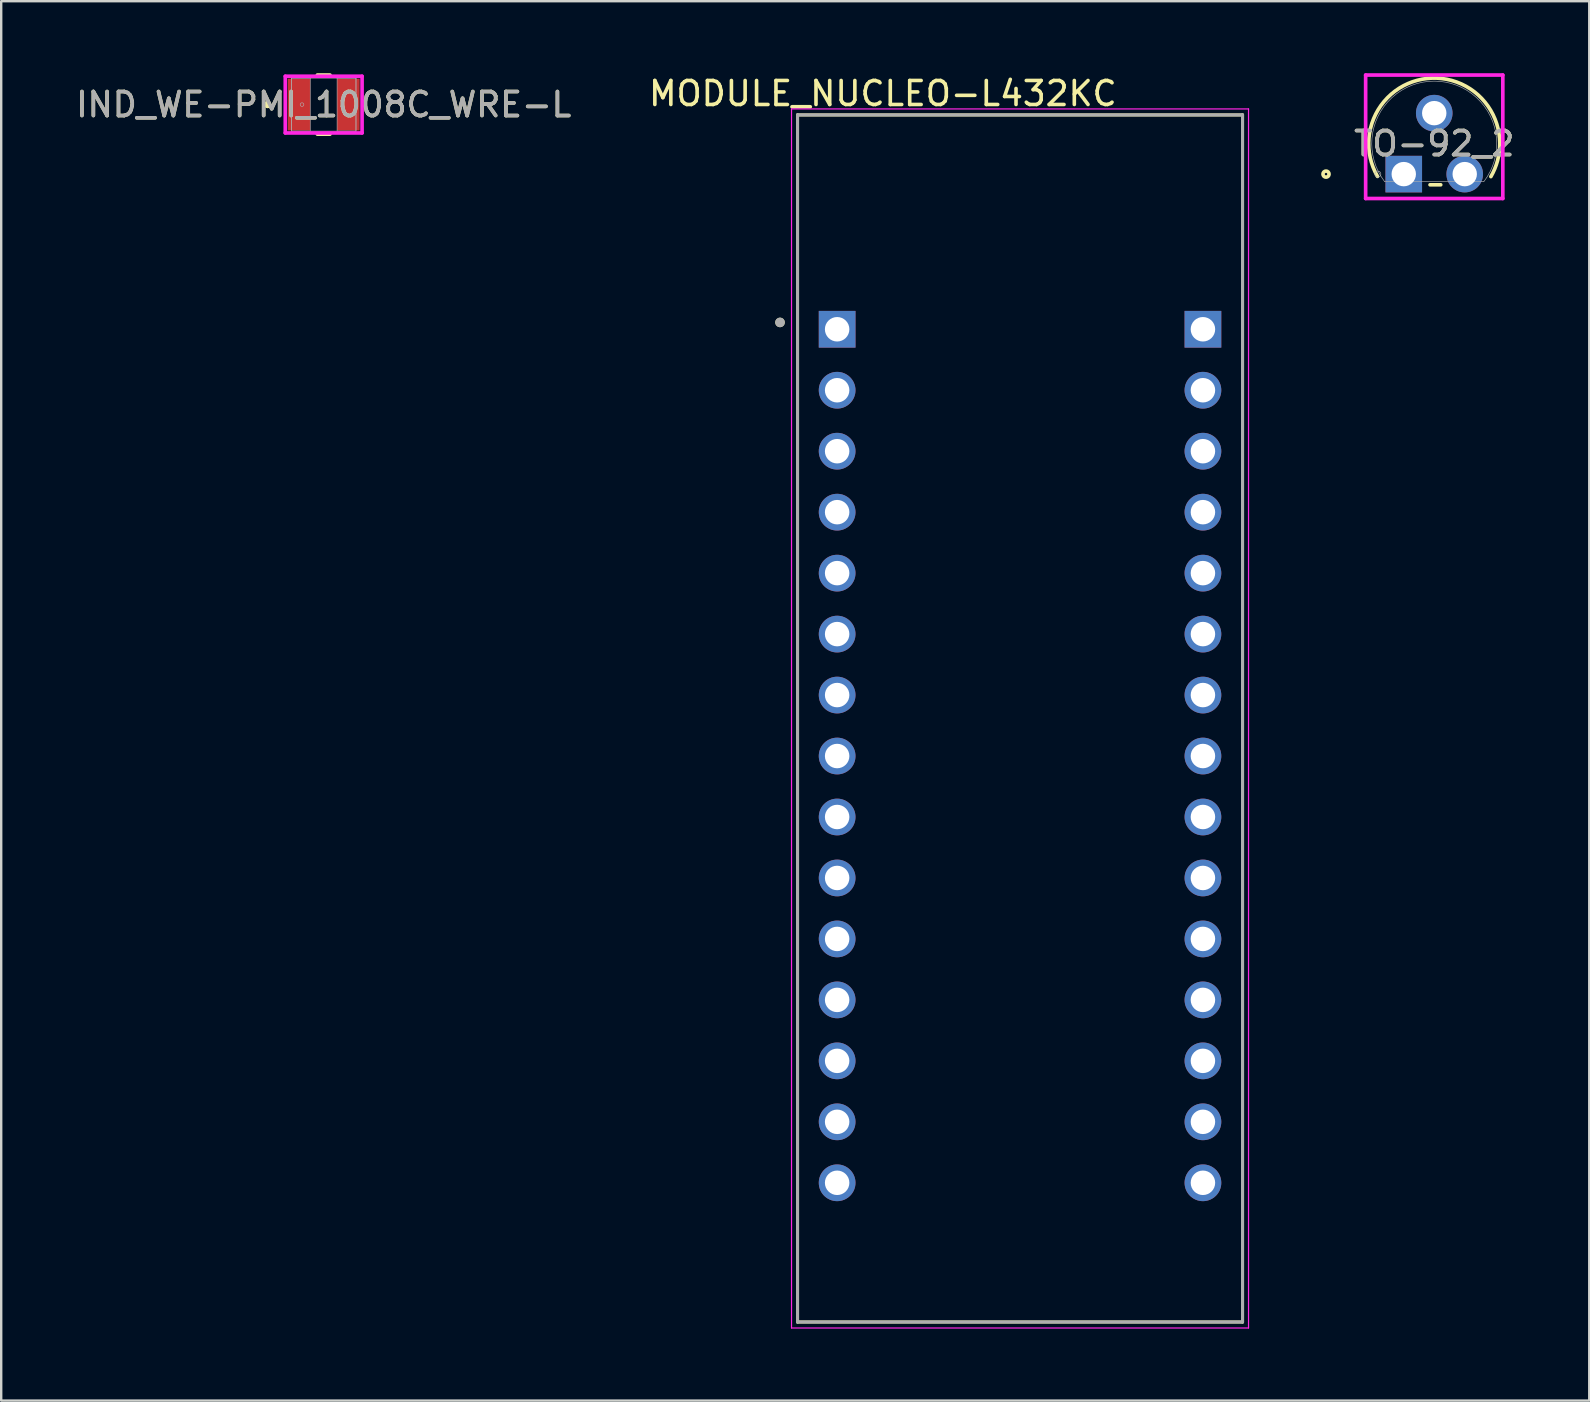
<source format=kicad_pcb>
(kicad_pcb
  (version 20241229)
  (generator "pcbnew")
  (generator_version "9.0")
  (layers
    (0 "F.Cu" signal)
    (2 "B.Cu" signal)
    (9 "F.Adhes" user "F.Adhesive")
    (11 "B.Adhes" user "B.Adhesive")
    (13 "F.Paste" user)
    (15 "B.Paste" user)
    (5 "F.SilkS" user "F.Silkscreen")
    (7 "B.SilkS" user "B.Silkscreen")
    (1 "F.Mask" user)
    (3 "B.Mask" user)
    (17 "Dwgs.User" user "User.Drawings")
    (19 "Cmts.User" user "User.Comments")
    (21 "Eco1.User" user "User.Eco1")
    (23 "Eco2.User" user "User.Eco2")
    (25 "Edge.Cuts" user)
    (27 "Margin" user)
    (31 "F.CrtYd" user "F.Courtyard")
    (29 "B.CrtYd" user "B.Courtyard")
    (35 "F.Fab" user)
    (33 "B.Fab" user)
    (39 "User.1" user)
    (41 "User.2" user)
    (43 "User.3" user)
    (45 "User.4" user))
  (footprint "MODULE_NUCLEO-L432KC"
    (layer "F.Cu")
    (at 39.447 26.883)
    (property "Reference" "MODULE_NUCLEO-L432KC" (at -5.715 -26.035 0) (layer "F.SilkS") (effects (font (size 1 1) (thickness 0.15))))
    (attr through_hole)
    (fp_line (start -9.27 -25.145) (end 9.27 -25.145) (stroke (width 0.127) (type solid)) (layer "F.SilkS"))
    (fp_line (start -9.27 25.145) (end -9.27 -25.145) (stroke (width 0.127) (type solid)) (layer "F.SilkS"))
    (fp_line (start 9.27 -25.145) (end 9.27 25.145) (stroke (width 0.127) (type solid)) (layer "F.SilkS"))
    (fp_line (start 9.27 25.145) (end -9.27 25.145) (stroke (width 0.127) (type solid)) (layer "F.SilkS"))
    (fp_circle (center -10 -16.5) (end -9.9 -16.5) (stroke (width 0.2) (type solid)) (fill no) (layer "F.SilkS"))
    (fp_line (start -9.52 -25.395) (end 9.52 -25.395) (stroke (width 0.05) (type solid)) (layer "F.CrtYd"))
    (fp_line (start -9.52 25.395) (end -9.52 -25.395) (stroke (width 0.05) (type solid)) (layer "F.CrtYd"))
    (fp_line (start 9.52 -25.395) (end 9.52 25.395) (stroke (width 0.05) (type solid)) (layer "F.CrtYd"))
    (fp_line (start 9.52 25.395) (end -9.52 25.395) (stroke (width 0.05) (type solid)) (layer "F.CrtYd"))
    (fp_line (start -9.27 -25.145) (end 9.27 -25.145) (stroke (width 0.127) (type solid)) (layer "F.Fab"))
    (fp_line (start -9.27 25.145) (end -9.27 -25.145) (stroke (width 0.127) (type solid)) (layer "F.Fab"))
    (fp_line (start 9.27 -25.145) (end 9.27 25.145) (stroke (width 0.127) (type solid)) (layer "F.Fab"))
    (fp_line (start 9.27 25.145) (end -9.27 25.145) (stroke (width 0.127) (type solid)) (layer "F.Fab"))
    (fp_circle (center -10 -16.5) (end -9.9 -16.5) (stroke (width 0.2) (type solid)) (fill no) (layer "F.Fab"))
    (pad "CN3_1" thru_hole rect (at -7.62 -16.215) (size 1.53 1.53) (drill 1.02) (layers "*.Cu" "*.Mask"))
    (pad "CN3_2" thru_hole circle (at -7.62 -13.675) (size 1.53 1.53) (drill 1.02) (layers "*.Cu" "*.Mask"))
    (pad "CN3_3" thru_hole circle (at -7.62 -11.135) (size 1.53 1.53) (drill 1.02) (layers "*.Cu" "*.Mask"))
    (pad "CN3_4" thru_hole circle (at -7.62 -8.595) (size 1.53 1.53) (drill 1.02) (layers "*.Cu" "*.Mask"))
    (pad "CN3_5" thru_hole circle (at -7.62 -6.055) (size 1.53 1.53) (drill 1.02) (layers "*.Cu" "*.Mask"))
    (pad "CN3_6" thru_hole circle (at -7.62 -3.515) (size 1.53 1.53) (drill 1.02) (layers "*.Cu" "*.Mask"))
    (pad "CN3_7" thru_hole circle (at -7.62 -0.975) (size 1.53 1.53) (drill 1.02) (layers "*.Cu" "*.Mask"))
    (pad "CN3_8" thru_hole circle (at -7.62 1.565) (size 1.53 1.53) (drill 1.02) (layers "*.Cu" "*.Mask"))
    (pad "CN3_9" thru_hole circle (at -7.62 4.105) (size 1.53 1.53) (drill 1.02) (layers "*.Cu" "*.Mask"))
    (pad "CN3_10" thru_hole circle (at -7.62 6.645) (size 1.53 1.53) (drill 1.02) (layers "*.Cu" "*.Mask"))
    (pad "CN3_11" thru_hole circle (at -7.62 9.185) (size 1.53 1.53) (drill 1.02) (layers "*.Cu" "*.Mask"))
    (pad "CN3_12" thru_hole circle (at -7.62 11.725) (size 1.53 1.53) (drill 1.02) (layers "*.Cu" "*.Mask"))
    (pad "CN3_13" thru_hole circle (at -7.62 14.265) (size 1.53 1.53) (drill 1.02) (layers "*.Cu" "*.Mask"))
    (pad "CN3_14" thru_hole circle (at -7.62 16.805) (size 1.53 1.53) (drill 1.02) (layers "*.Cu" "*.Mask"))
    (pad "CN3_15" thru_hole circle (at -7.62 19.345) (size 1.53 1.53) (drill 1.02) (layers "*.Cu" "*.Mask"))
    (pad "CN4_1" thru_hole rect (at 7.62 -16.215) (size 1.53 1.53) (drill 1.02) (layers "*.Cu" "*.Mask"))
    (pad "CN4_2" thru_hole circle (at 7.62 -13.675) (size 1.53 1.53) (drill 1.02) (layers "*.Cu" "*.Mask"))
    (pad "CN4_3" thru_hole circle (at 7.62 -11.135) (size 1.53 1.53) (drill 1.02) (layers "*.Cu" "*.Mask"))
    (pad "CN4_4" thru_hole circle (at 7.62 -8.595) (size 1.53 1.53) (drill 1.02) (layers "*.Cu" "*.Mask"))
    (pad "CN4_5" thru_hole circle (at 7.62 -6.055) (size 1.53 1.53) (drill 1.02) (layers "*.Cu" "*.Mask"))
    (pad "CN4_6" thru_hole circle (at 7.62 -3.515) (size 1.53 1.53) (drill 1.02) (layers "*.Cu" "*.Mask"))
    (pad "CN4_7" thru_hole circle (at 7.62 -0.975) (size 1.53 1.53) (drill 1.02) (layers "*.Cu" "*.Mask"))
    (pad "CN4_8" thru_hole circle (at 7.62 1.565) (size 1.53 1.53) (drill 1.02) (layers "*.Cu" "*.Mask"))
    (pad "CN4_9" thru_hole circle (at 7.62 4.105) (size 1.53 1.53) (drill 1.02) (layers "*.Cu" "*.Mask"))
    (pad "CN4_10" thru_hole circle (at 7.62 6.645) (size 1.53 1.53) (drill 1.02) (layers "*.Cu" "*.Mask"))
    (pad "CN4_11" thru_hole circle (at 7.62 9.185) (size 1.53 1.53) (drill 1.02) (layers "*.Cu" "*.Mask"))
    (pad "CN4_12" thru_hole circle (at 7.62 11.725) (size 1.53 1.53) (drill 1.02) (layers "*.Cu" "*.Mask"))
    (pad "CN4_13" thru_hole circle (at 7.62 14.265) (size 1.53 1.53) (drill 1.02) (layers "*.Cu" "*.Mask"))
    (pad "CN4_14" thru_hole circle (at 7.62 16.805) (size 1.53 1.53) (drill 1.02) (layers "*.Cu" "*.Mask"))
    (pad "CN4_15" thru_hole circle (at 7.62 19.345) (size 1.53 1.53) (drill 1.02) (layers "*.Cu" "*.Mask")))
  (footprint "TO-92_2"
    (layer "F.Cu")
    (at 57.974 1.664)
    (property "Reference" "TO-92_2" (at -1.27 1.27 0) (unlocked yes) (layer "F.SilkS") (effects (font (size 1 1) (thickness 0.15))))
    (attr through_hole)
    (fp_line (start -1.445 2.985) (end -1 2.985) (stroke (width 0.152) (type solid)) (layer "F.SilkS"))
    (fp_arc (start -3.634739 2.635151) (mid -1.97665 -1.367475) (end 1.4605 1.27) (stroke (width 0.1524) (type solid)) (layer "F.SilkS"))
    (fp_arc (start 1.4605 1.270003) (mid 1.366202 1.981385) (end 1.089823 2.643632) (stroke (width 0.1524) (type solid)) (layer "F.SilkS"))
    (fp_circle (center -5.779 2.54) (end -5.652 2.54) (stroke (width 0.152) (type solid)) (fill no) (layer "F.SilkS"))
    (fp_line (start -4.128 -1.587) (end 1.587 -1.587) (stroke (width 0.152) (type solid)) (layer "F.CrtYd"))
    (fp_line (start -4.128 3.556) (end -4.128 -1.587) (stroke (width 0.152) (type solid)) (layer "F.CrtYd"))
    (fp_line (start 1.587 -1.587) (end 1.587 3.556) (stroke (width 0.152) (type solid)) (layer "F.CrtYd"))
    (fp_line (start 1.587 3.556) (end -4.128 3.556) (stroke (width 0.152) (type solid)) (layer "F.CrtYd"))
    (fp_line (start -3.334 2.857) (end 0.794 2.857) (stroke (width 0.025) (type solid)) (layer "F.Fab"))
    (fp_line (start -2.794 2.54) (end -2.286 2.54) (stroke (width 0.152) (type solid)) (layer "F.Fab"))
    (fp_line (start -2.54 2.794) (end -2.54 2.286) (stroke (width 0.152) (type solid)) (layer "F.Fab"))
    (fp_arc (start -3.333507 2.857499) (mid -1.269999 -1.3335) (end 0.793506 2.8575) (stroke (width 0.0254) (type solid)) (layer "F.Fab"))
    (fp_circle (center -3.619 2.54) (end -3.493 2.54) (stroke (width 0.025) (type solid)) (fill no) (layer "F.Fab"))
    (fp_text user "${REFERENCE}" (at -1.27 1.27 0) (unlocked yes) (layer "F.Fab") (effects (font (size 1 1) (thickness 0.15))))
    (pad "1" thru_hole rect (at -2.54 2.54) (size 1.524 1.524) (drill 1.016) (layers "*.Cu" "*.Mask"))
    (pad "2" thru_hole circle (at -1.27 0) (size 1.524 1.524) (drill 1.016) (layers "*.Cu" "*.Mask"))
    (pad "3" thru_hole circle (at 0 2.54) (size 1.524 1.524) (drill 1.016) (layers "*.Cu" "*.Mask")))
  (footprint "IND_WE-PMI_1008C_WRE-L"
    (layer "F.Cu")
    (at 10.435 1.308)
    (property "Reference" "IND_WE-PMI_1008C_WRE-L" (at 0 0 0) (unlocked yes) (layer "F.SilkS") (effects (font (size 1 1) (thickness 0.15))))
    (attr smd)
    (fp_line (start -0.263 1.232) (end 0.263 1.232) (stroke (width 0.152) (type solid)) (layer "F.SilkS"))
    (fp_line (start 0.263 -1.232) (end -0.263 -1.232) (stroke (width 0.152) (type solid)) (layer "F.SilkS"))
    (fp_circle (center -2.337 0) (end -2.261 0) (stroke (width 0.152) (type solid)) (fill no) (layer "F.SilkS"))
    (fp_line (start -1.6 -1.181) (end 1.6 -1.181) (stroke (width 0.152) (type solid)) (layer "F.CrtYd"))
    (fp_line (start -1.6 1.181) (end -1.6 -1.181) (stroke (width 0.152) (type solid)) (layer "F.CrtYd"))
    (fp_line (start 1.6 -1.181) (end 1.6 1.181) (stroke (width 0.152) (type solid)) (layer "F.CrtYd"))
    (fp_line (start 1.6 1.181) (end -1.6 1.181) (stroke (width 0.152) (type solid)) (layer "F.CrtYd"))
    (fp_line (start -1.346 -1.105) (end -1.346 1.105) (stroke (width 0.025) (type solid)) (layer "F.Fab"))
    (fp_line (start -1.346 -1.105) (end -1.346 1.105) (stroke (width 0.025) (type solid)) (layer "F.Fab"))
    (fp_line (start -1.346 1.105) (end -0.559 1.105) (stroke (width 0.025) (type solid)) (layer "F.Fab"))
    (fp_line (start -1.346 1.105) (end 1.346 1.105) (stroke (width 0.025) (type solid)) (layer "F.Fab"))
    (fp_line (start -0.559 -1.105) (end -1.346 -1.105) (stroke (width 0.025) (type solid)) (layer "F.Fab"))
    (fp_line (start -0.559 1.105) (end -0.559 -1.105) (stroke (width 0.025) (type solid)) (layer "F.Fab"))
    (fp_line (start 0.559 -1.105) (end 0.559 1.105) (stroke (width 0.025) (type solid)) (layer "F.Fab"))
    (fp_line (start 0.559 1.105) (end 1.346 1.105) (stroke (width 0.025) (type solid)) (layer "F.Fab"))
    (fp_line (start 1.346 -1.105) (end -1.346 -1.105) (stroke (width 0.025) (type solid)) (layer "F.Fab"))
    (fp_line (start 1.346 -1.105) (end 0.559 -1.105) (stroke (width 0.025) (type solid)) (layer "F.Fab"))
    (fp_line (start 1.346 1.105) (end 1.346 -1.105) (stroke (width 0.025) (type solid)) (layer "F.Fab"))
    (fp_line (start 1.346 1.105) (end 1.346 -1.105) (stroke (width 0.025) (type solid)) (layer "F.Fab"))
    (fp_circle (center -0.902 0) (end -0.826 0) (stroke (width 0.025) (type solid)) (fill no) (layer "F.Fab"))
    (fp_text user "${REFERENCE}" (at 0 0 0) (unlocked yes) (layer "F.Fab") (effects (font (size 1 1) (thickness 0.15))))
    (pad "1" smd rect (at -1.029 0) (size 0.94 2.159) (layers "F.Cu" "F.Mask" "F.Paste"))
    (pad "2" smd rect (at 1.029 0) (size 0.94 2.159) (layers "F.Cu" "F.Mask" "F.Paste"))
    (zone (net_name "") (layer "F.Cu") (hatch full 0.508) (connect_pads) (min_thickness 0.254) (filled_areas_thickness no) (keepout (tracks not_allowed) (vias not_allowed) (pads allowed) (copperpour not_allowed) (footprints allowed)) (placement (enabled no)) (fill) (polygon (pts (xy 9.927 0.254) (xy 10.943 0.254) (xy 10.943 2.362) (xy 9.927 2.362)))))
  (gr_rect
    (start -3 -3)
    (end 63.162 55.303)
    (stroke (width 0.1) (type default))
    (fill no)
    (layer "Edge.Cuts")))
</source>
